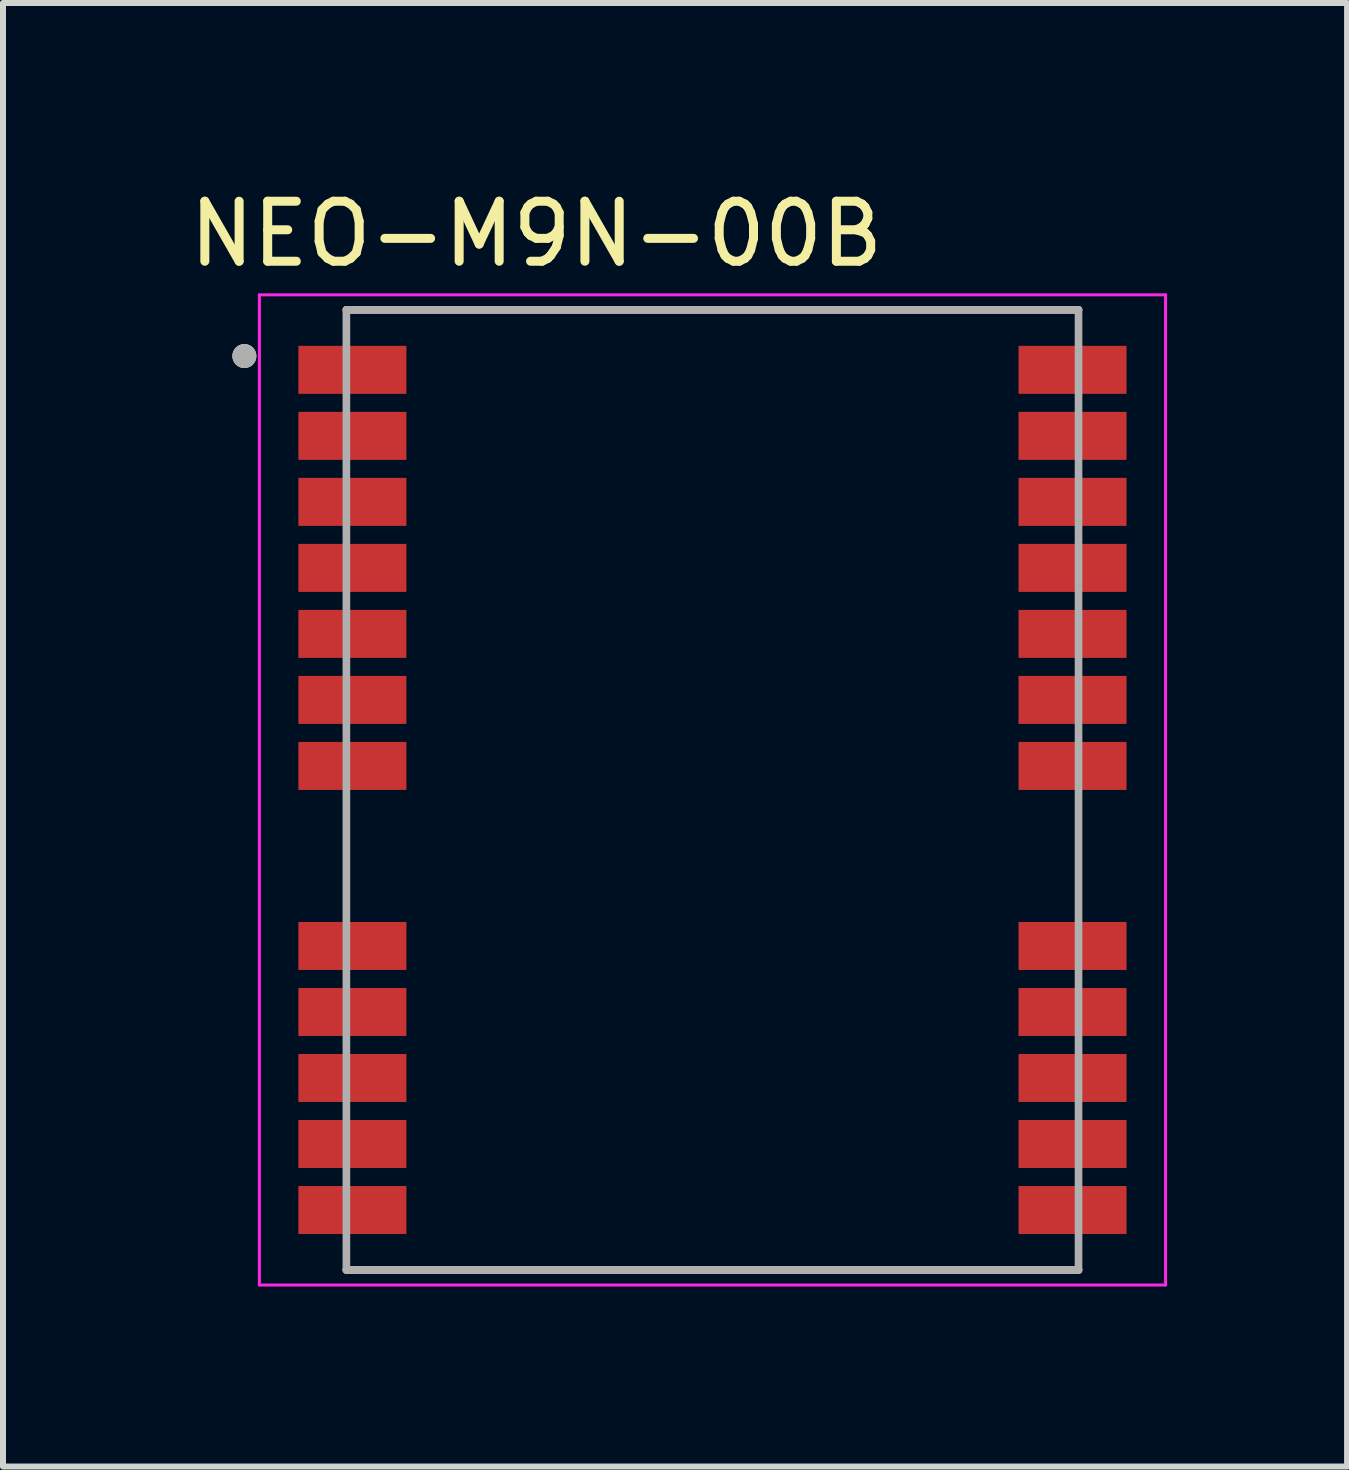
<source format=kicad_pcb>
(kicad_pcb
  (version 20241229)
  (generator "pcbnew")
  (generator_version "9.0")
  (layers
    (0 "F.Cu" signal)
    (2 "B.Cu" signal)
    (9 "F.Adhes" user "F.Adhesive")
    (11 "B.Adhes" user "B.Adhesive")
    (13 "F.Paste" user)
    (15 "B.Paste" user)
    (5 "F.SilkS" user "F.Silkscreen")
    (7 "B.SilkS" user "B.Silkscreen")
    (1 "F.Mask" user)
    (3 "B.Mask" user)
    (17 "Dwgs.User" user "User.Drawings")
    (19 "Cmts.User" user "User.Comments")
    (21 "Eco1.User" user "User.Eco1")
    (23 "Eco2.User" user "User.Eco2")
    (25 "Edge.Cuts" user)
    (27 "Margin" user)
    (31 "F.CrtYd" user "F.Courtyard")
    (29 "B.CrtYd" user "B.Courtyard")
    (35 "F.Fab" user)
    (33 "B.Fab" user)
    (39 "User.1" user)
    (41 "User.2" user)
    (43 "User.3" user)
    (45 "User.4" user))
  (footprint "NEO-M9N-00B"
    (layer "F.Cu")
    (at 8.822 10.113)
    (property "Reference" "NEO-M9N-00B" (at -2.935 -9.265 0) (layer "F.SilkS") (effects (font (size 1 1) (thickness 0.15))))
    (attr through_hole)
    (fp_line (start -6.1 -8) (end 6.1 -8) (stroke (width 0.127) (type solid)) (layer "F.SilkS"))
    (fp_line (start 6.1 8) (end -6.1 8) (stroke (width 0.127) (type solid)) (layer "F.SilkS"))
    (fp_circle (center -7.8 -7.23) (end -7.7 -7.23) (stroke (width 0.2) (type solid)) (fill no) (layer "F.SilkS"))
    (fp_poly (pts (xy -7.3 -7.4) (xy -6.1 -7.4) (xy -6.1 -7.3) (xy -5.2 -7.3) (xy -5.2 -6.7) (xy -6.1 -6.7) (xy -6.1 -6.6) (xy -7.3 -6.6)) (stroke (width 0.01) (type solid)) (fill yes) (layer "F.Paste"))
    (fp_poly (pts (xy -7.3 -6.3) (xy -6.1 -6.3) (xy -6.1 -6.2) (xy -5.2 -6.2) (xy -5.2 -5.6) (xy -6.1 -5.6) (xy -6.1 -5.5) (xy -7.3 -5.5)) (stroke (width 0.01) (type solid)) (fill yes) (layer "F.Paste"))
    (fp_poly (pts (xy -7.3 -5.2) (xy -6.1 -5.2) (xy -6.1 -5.1) (xy -5.2 -5.1) (xy -5.2 -4.5) (xy -6.1 -4.5) (xy -6.1 -4.4) (xy -7.3 -4.4)) (stroke (width 0.01) (type solid)) (fill yes) (layer "F.Paste"))
    (fp_poly (pts (xy -7.3 -4.1) (xy -6.1 -4.1) (xy -6.1 -4) (xy -5.2 -4) (xy -5.2 -3.4) (xy -6.1 -3.4) (xy -6.1 -3.3) (xy -7.3 -3.3)) (stroke (width 0.01) (type solid)) (fill yes) (layer "F.Paste"))
    (fp_poly (pts (xy -7.3 -3) (xy -6.1 -3) (xy -6.1 -2.9) (xy -5.2 -2.9) (xy -5.2 -2.3) (xy -6.1 -2.3) (xy -6.1 -2.2) (xy -7.3 -2.2)) (stroke (width 0.01) (type solid)) (fill yes) (layer "F.Paste"))
    (fp_poly (pts (xy -7.3 -1.9) (xy -6.1 -1.9) (xy -6.1 -1.8) (xy -5.2 -1.8) (xy -5.2 -1.2) (xy -6.1 -1.2) (xy -6.1 -1.1) (xy -7.3 -1.1)) (stroke (width 0.01) (type solid)) (fill yes) (layer "F.Paste"))
    (fp_poly (pts (xy -7.3 -0.8) (xy -6.1 -0.8) (xy -6.1 -0.7) (xy -5.2 -0.7) (xy -5.2 -0.1) (xy -6.1 -0.1) (xy -6.1 0) (xy -7.3 0)) (stroke (width 0.01) (type solid)) (fill yes) (layer "F.Paste"))
    (fp_poly (pts (xy -7.3 2.2) (xy -6.1 2.2) (xy -6.1 2.3) (xy -5.2 2.3) (xy -5.2 2.9) (xy -6.1 2.9) (xy -6.1 3) (xy -7.3 3)) (stroke (width 0.01) (type solid)) (fill yes) (layer "F.Paste"))
    (fp_poly (pts (xy -7.3 3.3) (xy -6.1 3.3) (xy -6.1 3.4) (xy -5.2 3.4) (xy -5.2 4) (xy -6.1 4) (xy -6.1 4.1) (xy -7.3 4.1)) (stroke (width 0.01) (type solid)) (fill yes) (layer "F.Paste"))
    (fp_poly (pts (xy -7.3 4.4) (xy -6.1 4.4) (xy -6.1 4.5) (xy -5.2 4.5) (xy -5.2 5.1) (xy -6.1 5.1) (xy -6.1 5.2) (xy -7.3 5.2)) (stroke (width 0.01) (type solid)) (fill yes) (layer "F.Paste"))
    (fp_poly (pts (xy -7.3 5.5) (xy -6.1 5.5) (xy -6.1 5.6) (xy -5.2 5.6) (xy -5.2 6.2) (xy -6.1 6.2) (xy -6.1 6.3) (xy -7.3 6.3)) (stroke (width 0.01) (type solid)) (fill yes) (layer "F.Paste"))
    (fp_poly (pts (xy -7.3 6.6) (xy -6.1 6.6) (xy -6.1 6.7) (xy -5.2 6.7) (xy -5.2 7.3) (xy -6.1 7.3) (xy -6.1 7.4) (xy -7.3 7.4)) (stroke (width 0.01) (type solid)) (fill yes) (layer "F.Paste"))
    (fp_poly (pts (xy 5.2 -7.3) (xy 6.1 -7.3) (xy 6.1 -7.4) (xy 7.3 -7.4) (xy 7.3 -6.6) (xy 6.1 -6.6) (xy 6.1 -6.7) (xy 5.2 -6.7)) (stroke (width 0.01) (type solid)) (fill yes) (layer "F.Paste"))
    (fp_poly (pts (xy 5.2 -6.2) (xy 6.1 -6.2) (xy 6.1 -6.3) (xy 7.3 -6.3) (xy 7.3 -5.5) (xy 6.1 -5.5) (xy 6.1 -5.6) (xy 5.2 -5.6)) (stroke (width 0.01) (type solid)) (fill yes) (layer "F.Paste"))
    (fp_poly (pts (xy 5.2 -5.1) (xy 6.1 -5.1) (xy 6.1 -5.2) (xy 7.3 -5.2) (xy 7.3 -4.4) (xy 6.1 -4.4) (xy 6.1 -4.5) (xy 5.2 -4.5)) (stroke (width 0.01) (type solid)) (fill yes) (layer "F.Paste"))
    (fp_poly (pts (xy 5.2 -4) (xy 6.1 -4) (xy 6.1 -4.1) (xy 7.3 -4.1) (xy 7.3 -3.3) (xy 6.1 -3.3) (xy 6.1 -3.4) (xy 5.2 -3.4)) (stroke (width 0.01) (type solid)) (fill yes) (layer "F.Paste"))
    (fp_poly (pts (xy 5.2 -2.9) (xy 6.1 -2.9) (xy 6.1 -3) (xy 7.3 -3) (xy 7.3 -2.2) (xy 6.1 -2.2) (xy 6.1 -2.3) (xy 5.2 -2.3)) (stroke (width 0.01) (type solid)) (fill yes) (layer "F.Paste"))
    (fp_poly (pts (xy 5.2 -1.8) (xy 6.1 -1.8) (xy 6.1 -1.9) (xy 7.3 -1.9) (xy 7.3 -1.1) (xy 6.1 -1.1) (xy 6.1 -1.2) (xy 5.2 -1.2)) (stroke (width 0.01) (type solid)) (fill yes) (layer "F.Paste"))
    (fp_poly (pts (xy 5.2 -0.7) (xy 6.1 -0.7) (xy 6.1 -0.8) (xy 7.3 -0.8) (xy 7.3 0) (xy 6.1 0) (xy 6.1 -0.1) (xy 5.2 -0.1)) (stroke (width 0.01) (type solid)) (fill yes) (layer "F.Paste"))
    (fp_poly (pts (xy 5.2 2.3) (xy 6.1 2.3) (xy 6.1 2.2) (xy 7.3 2.2) (xy 7.3 3) (xy 6.1 3) (xy 6.1 2.9) (xy 5.2 2.9)) (stroke (width 0.01) (type solid)) (fill yes) (layer "F.Paste"))
    (fp_poly (pts (xy 5.2 3.4) (xy 6.1 3.4) (xy 6.1 3.3) (xy 7.3 3.3) (xy 7.3 4.1) (xy 6.1 4.1) (xy 6.1 4) (xy 5.2 4)) (stroke (width 0.01) (type solid)) (fill yes) (layer "F.Paste"))
    (fp_poly (pts (xy 5.2 4.5) (xy 6.1 4.5) (xy 6.1 4.4) (xy 7.3 4.4) (xy 7.3 5.2) (xy 6.1 5.2) (xy 6.1 5.1) (xy 5.2 5.1)) (stroke (width 0.01) (type solid)) (fill yes) (layer "F.Paste"))
    (fp_poly (pts (xy 5.2 5.6) (xy 6.1 5.6) (xy 6.1 5.5) (xy 7.3 5.5) (xy 7.3 6.3) (xy 6.1 6.3) (xy 6.1 6.2) (xy 5.2 6.2)) (stroke (width 0.01) (type solid)) (fill yes) (layer "F.Paste"))
    (fp_poly (pts (xy 5.2 6.7) (xy 6.1 6.7) (xy 6.1 6.6) (xy 7.3 6.6) (xy 7.3 7.4) (xy 6.1 7.4) (xy 6.1 7.3) (xy 5.2 7.3)) (stroke (width 0.01) (type solid)) (fill yes) (layer "F.Paste"))
    (fp_line (start -7.55 -8.25) (end 7.55 -8.25) (stroke (width 0.05) (type solid)) (layer "F.CrtYd"))
    (fp_line (start -7.55 8.25) (end -7.55 -8.25) (stroke (width 0.05) (type solid)) (layer "F.CrtYd"))
    (fp_line (start 7.55 -8.25) (end 7.55 8.25) (stroke (width 0.05) (type solid)) (layer "F.CrtYd"))
    (fp_line (start 7.55 8.25) (end -7.55 8.25) (stroke (width 0.05) (type solid)) (layer "F.CrtYd"))
    (fp_line (start -6.1 -8) (end -6.1 8) (stroke (width 0.127) (type solid)) (layer "F.Fab"))
    (fp_line (start 6.1 -8) (end -6.1 -8) (stroke (width 0.127) (type solid)) (layer "F.Fab"))
    (fp_line (start 6.1 8) (end -6.1 8) (stroke (width 0.127) (type solid)) (layer "F.Fab"))
    (fp_line (start 6.1 8) (end 6.1 -8) (stroke (width 0.127) (type solid)) (layer "F.Fab"))
    (fp_circle (center -7.8 -7.23) (end -7.7 -7.23) (stroke (width 0.2) (type solid)) (fill no) (layer "F.Fab"))
    (pad "1" smd rect (at -6 -7) (size 1.8 0.8) (layers "F.Cu" "F.Mask"))
    (pad "2" smd rect (at -6 -5.9) (size 1.8 0.8) (layers "F.Cu" "F.Mask"))
    (pad "3" smd rect (at -6 -4.8) (size 1.8 0.8) (layers "F.Cu" "F.Mask"))
    (pad "4" smd rect (at -6 -3.7) (size 1.8 0.8) (layers "F.Cu" "F.Mask"))
    (pad "5" smd rect (at -6 -2.6) (size 1.8 0.8) (layers "F.Cu" "F.Mask"))
    (pad "6" smd rect (at -6 -1.5) (size 1.8 0.8) (layers "F.Cu" "F.Mask"))
    (pad "7" smd rect (at -6 -0.4) (size 1.8 0.8) (layers "F.Cu" "F.Mask"))
    (pad "8" smd rect (at -6 2.6) (size 1.8 0.8) (layers "F.Cu" "F.Mask"))
    (pad "9" smd rect (at -6 3.7) (size 1.8 0.8) (layers "F.Cu" "F.Mask"))
    (pad "10" smd rect (at -6 4.8) (size 1.8 0.8) (layers "F.Cu" "F.Mask"))
    (pad "11" smd rect (at -6 5.9) (size 1.8 0.8) (layers "F.Cu" "F.Mask"))
    (pad "12" smd rect (at -6 7) (size 1.8 0.8) (layers "F.Cu" "F.Mask"))
    (pad "13" smd rect (at 6 7) (size 1.8 0.8) (layers "F.Cu" "F.Mask"))
    (pad "14" smd rect (at 6 5.9) (size 1.8 0.8) (layers "F.Cu" "F.Mask"))
    (pad "15" smd rect (at 6 4.8) (size 1.8 0.8) (layers "F.Cu" "F.Mask"))
    (pad "16" smd rect (at 6 3.7) (size 1.8 0.8) (layers "F.Cu" "F.Mask"))
    (pad "17" smd rect (at 6 2.6) (size 1.8 0.8) (layers "F.Cu" "F.Mask"))
    (pad "18" smd rect (at 6 -0.4) (size 1.8 0.8) (layers "F.Cu" "F.Mask"))
    (pad "19" smd rect (at 6 -1.5) (size 1.8 0.8) (layers "F.Cu" "F.Mask"))
    (pad "20" smd rect (at 6 -2.6) (size 1.8 0.8) (layers "F.Cu" "F.Mask"))
    (pad "21" smd rect (at 6 -3.7) (size 1.8 0.8) (layers "F.Cu" "F.Mask"))
    (pad "22" smd rect (at 6 -4.8) (size 1.8 0.8) (layers "F.Cu" "F.Mask"))
    (pad "23" smd rect (at 6 -5.9) (size 1.8 0.8) (layers "F.Cu" "F.Mask"))
    (pad "24" smd rect (at 6 -7) (size 1.8 0.8) (layers "F.Cu" "F.Mask")))
  (gr_rect
    (start -3 -3)
    (end 19.397 21.388)
    (stroke (width 0.1) (type default))
    (fill no)
    (layer "Edge.Cuts")))
</source>
